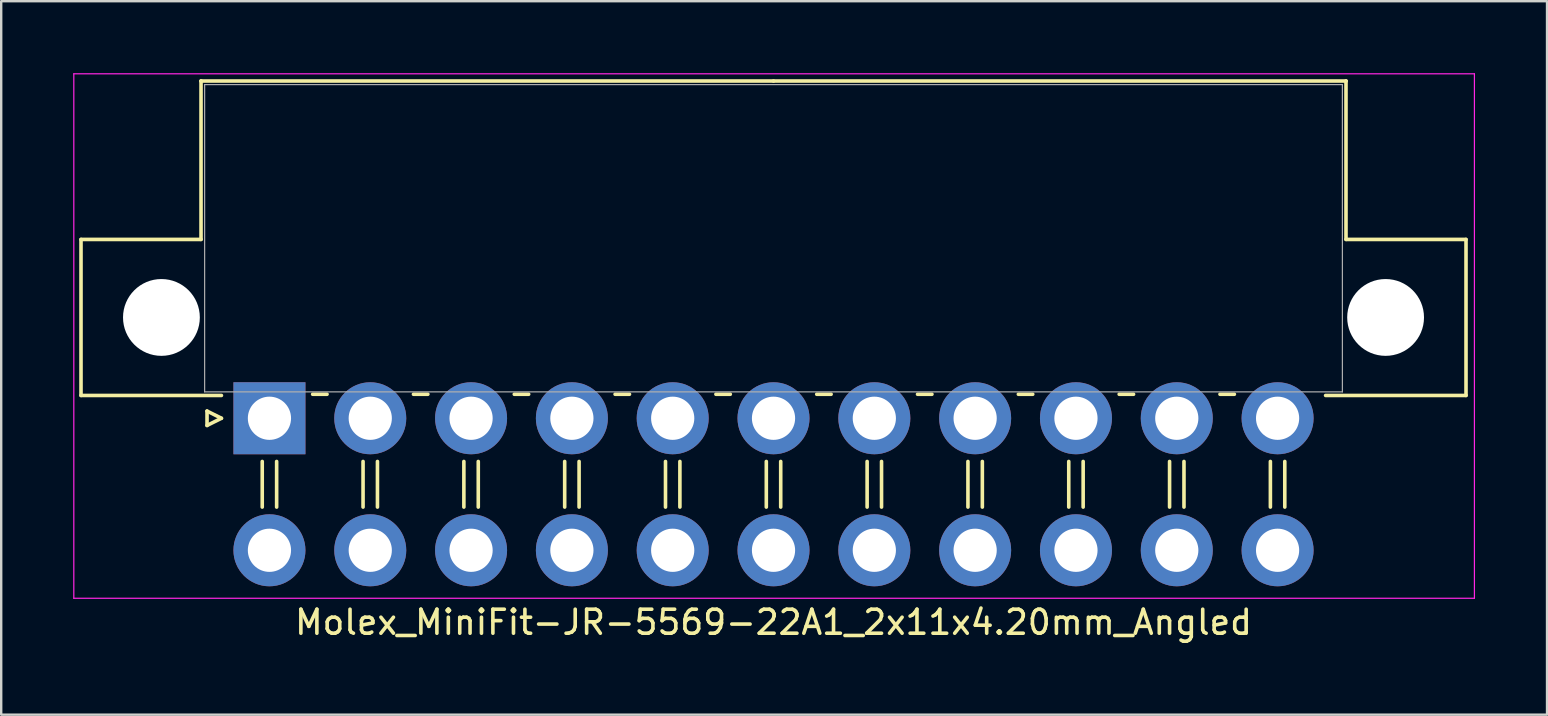
<source format=kicad_pcb>
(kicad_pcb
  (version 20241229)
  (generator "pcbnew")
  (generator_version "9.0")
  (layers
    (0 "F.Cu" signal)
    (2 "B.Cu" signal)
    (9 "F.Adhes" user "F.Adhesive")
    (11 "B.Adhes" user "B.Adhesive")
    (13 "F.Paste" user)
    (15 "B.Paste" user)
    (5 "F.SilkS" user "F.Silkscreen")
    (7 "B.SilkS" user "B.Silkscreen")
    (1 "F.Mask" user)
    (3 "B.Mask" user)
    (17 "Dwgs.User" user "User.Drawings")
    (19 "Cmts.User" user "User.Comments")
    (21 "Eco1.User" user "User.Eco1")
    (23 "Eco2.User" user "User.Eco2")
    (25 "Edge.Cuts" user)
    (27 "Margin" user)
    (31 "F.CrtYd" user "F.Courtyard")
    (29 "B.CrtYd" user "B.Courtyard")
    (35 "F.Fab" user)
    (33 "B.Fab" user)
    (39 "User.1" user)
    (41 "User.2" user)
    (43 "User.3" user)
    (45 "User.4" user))
  (footprint "Molex_MiniFit-JR-5569-22A1_2x11x4.20mm_Angled"
    (layer "F.Cu")
    (at 8.175 14.375)
    (property "Reference" "Molex_MiniFit-JR-5569-22A1_2x11x4.20mm_Angled" (at 21 8.5 0) (layer "F.SilkS") (effects (font (size 1 1) (thickness 0.15))))
    (attr through_hole)
    (fp_line (start -7.85 -7.45) (end -7.85 -0.95) (stroke (width 0.15) (type solid)) (layer "F.SilkS"))
    (fp_line (start -7.85 -0.95) (end -2 -0.95) (stroke (width 0.15) (type solid)) (layer "F.SilkS"))
    (fp_line (start -2.85 -14.05) (end -2.85 -14.05) (stroke (width 0.15) (type solid)) (layer "F.SilkS"))
    (fp_line (start -2.85 -14.05) (end -2.85 -7.45) (stroke (width 0.15) (type solid)) (layer "F.SilkS"))
    (fp_line (start -2.85 -7.45) (end -7.85 -7.45) (stroke (width 0.15) (type solid)) (layer "F.SilkS"))
    (fp_line (start -2.6 -0.3) (end -2 0) (stroke (width 0.15) (type solid)) (layer "F.SilkS"))
    (fp_line (start -2.6 0.3) (end -2.6 -0.3) (stroke (width 0.15) (type solid)) (layer "F.SilkS"))
    (fp_line (start -2 0) (end -2.6 0.3) (stroke (width 0.15) (type solid)) (layer "F.SilkS"))
    (fp_line (start -0.3 1.8) (end -0.3 3.7) (stroke (width 0.15) (type solid)) (layer "F.SilkS"))
    (fp_line (start 0.3 1.8) (end 0.3 3.7) (stroke (width 0.15) (type solid)) (layer "F.SilkS"))
    (fp_line (start 1.8 -1) (end 2.4 -1) (stroke (width 0.15) (type solid)) (layer "F.SilkS"))
    (fp_line (start 3.9 1.8) (end 3.9 3.7) (stroke (width 0.15) (type solid)) (layer "F.SilkS"))
    (fp_line (start 4.5 1.8) (end 4.5 3.7) (stroke (width 0.15) (type solid)) (layer "F.SilkS"))
    (fp_line (start 6 -1) (end 6.6 -1) (stroke (width 0.15) (type solid)) (layer "F.SilkS"))
    (fp_line (start 8.1 1.8) (end 8.1 3.7) (stroke (width 0.15) (type solid)) (layer "F.SilkS"))
    (fp_line (start 8.7 1.8) (end 8.7 3.7) (stroke (width 0.15) (type solid)) (layer "F.SilkS"))
    (fp_line (start 10.2 -1) (end 10.8 -1) (stroke (width 0.15) (type solid)) (layer "F.SilkS"))
    (fp_line (start 12.3 1.8) (end 12.3 3.7) (stroke (width 0.15) (type solid)) (layer "F.SilkS"))
    (fp_line (start 12.9 1.8) (end 12.9 3.7) (stroke (width 0.15) (type solid)) (layer "F.SilkS"))
    (fp_line (start 14.4 -1) (end 15 -1) (stroke (width 0.15) (type solid)) (layer "F.SilkS"))
    (fp_line (start 16.5 1.8) (end 16.5 3.7) (stroke (width 0.15) (type solid)) (layer "F.SilkS"))
    (fp_line (start 17.1 1.8) (end 17.1 3.7) (stroke (width 0.15) (type solid)) (layer "F.SilkS"))
    (fp_line (start 18.6 -1) (end 19.2 -1) (stroke (width 0.15) (type solid)) (layer "F.SilkS"))
    (fp_line (start 20.7 1.8) (end 20.7 3.7) (stroke (width 0.15) (type solid)) (layer "F.SilkS"))
    (fp_line (start 21 -14.05) (end -2.85 -14.05) (stroke (width 0.15) (type solid)) (layer "F.SilkS"))
    (fp_line (start 21 -14.05) (end 44.85 -14.05) (stroke (width 0.15) (type solid)) (layer "F.SilkS"))
    (fp_line (start 21.3 1.8) (end 21.3 3.7) (stroke (width 0.15) (type solid)) (layer "F.SilkS"))
    (fp_line (start 22.8 -1) (end 23.4 -1) (stroke (width 0.15) (type solid)) (layer "F.SilkS"))
    (fp_line (start 24.9 1.8) (end 24.9 3.7) (stroke (width 0.15) (type solid)) (layer "F.SilkS"))
    (fp_line (start 25.5 1.8) (end 25.5 3.7) (stroke (width 0.15) (type solid)) (layer "F.SilkS"))
    (fp_line (start 27 -1) (end 27.6 -1) (stroke (width 0.15) (type solid)) (layer "F.SilkS"))
    (fp_line (start 29.1 1.8) (end 29.1 3.7) (stroke (width 0.15) (type solid)) (layer "F.SilkS"))
    (fp_line (start 29.7 1.8) (end 29.7 3.7) (stroke (width 0.15) (type solid)) (layer "F.SilkS"))
    (fp_line (start 31.2 -1) (end 31.8 -1) (stroke (width 0.15) (type solid)) (layer "F.SilkS"))
    (fp_line (start 33.3 1.8) (end 33.3 3.7) (stroke (width 0.15) (type solid)) (layer "F.SilkS"))
    (fp_line (start 33.9 1.8) (end 33.9 3.7) (stroke (width 0.15) (type solid)) (layer "F.SilkS"))
    (fp_line (start 35.4 -1) (end 36 -1) (stroke (width 0.15) (type solid)) (layer "F.SilkS"))
    (fp_line (start 37.5 1.8) (end 37.5 3.7) (stroke (width 0.15) (type solid)) (layer "F.SilkS"))
    (fp_line (start 38.1 1.8) (end 38.1 3.7) (stroke (width 0.15) (type solid)) (layer "F.SilkS"))
    (fp_line (start 39.6 -1) (end 40.2 -1) (stroke (width 0.15) (type solid)) (layer "F.SilkS"))
    (fp_line (start 41.7 1.8) (end 41.7 3.7) (stroke (width 0.15) (type solid)) (layer "F.SilkS"))
    (fp_line (start 42.3 1.8) (end 42.3 3.7) (stroke (width 0.15) (type solid)) (layer "F.SilkS"))
    (fp_line (start 44.85 -14.05) (end 44.85 -14.05) (stroke (width 0.15) (type solid)) (layer "F.SilkS"))
    (fp_line (start 44.85 -14.05) (end 44.85 -7.45) (stroke (width 0.15) (type solid)) (layer "F.SilkS"))
    (fp_line (start 44.85 -7.45) (end 49.85 -7.45) (stroke (width 0.15) (type solid)) (layer "F.SilkS"))
    (fp_line (start 49.85 -7.45) (end 49.85 -0.95) (stroke (width 0.15) (type solid)) (layer "F.SilkS"))
    (fp_line (start 49.85 -0.95) (end 44 -0.95) (stroke (width 0.15) (type solid)) (layer "F.SilkS"))
    (fp_line (start -8.15 -14.35) (end -8.15 7.5) (stroke (width 0.05) (type solid)) (layer "F.CrtYd"))
    (fp_line (start -8.15 7.5) (end 50.2 7.5) (stroke (width 0.05) (type solid)) (layer "F.CrtYd"))
    (fp_line (start 50.2 -14.35) (end -8.15 -14.35) (stroke (width 0.05) (type solid)) (layer "F.CrtYd"))
    (fp_line (start 50.2 7.5) (end 50.2 -14.35) (stroke (width 0.05) (type solid)) (layer "F.CrtYd"))
    (fp_line (start -2.7 -13.9) (end -2.7 -1.1) (stroke (width 0.05) (type solid)) (layer "F.Fab"))
    (fp_line (start -2.7 -1.1) (end 44.7 -1.1) (stroke (width 0.05) (type solid)) (layer "F.Fab"))
    (fp_line (start 44.7 -13.9) (end -2.7 -13.9) (stroke (width 0.05) (type solid)) (layer "F.Fab"))
    (fp_line (start 44.7 -1.1) (end 44.7 -13.9) (stroke (width 0.05) (type solid)) (layer "F.Fab"))
    (pad "" np_thru_hole circle (at -4.5 -4.2) (size 3.2 3.2) (drill 3.2) (layers "*.Cu"))
    (pad "" np_thru_hole circle (at 46.5 -4.2) (size 3.2 3.2) (drill 3.2) (layers "*.Cu"))
    (pad "1" thru_hole rect (at 0 0) (size 3 3) (drill 1.8) (layers "*.Cu" "*.Mask"))
    (pad "2" thru_hole circle (at 4.2 0) (size 3 3) (drill 1.8) (layers "*.Cu" "*.Mask"))
    (pad "3" thru_hole circle (at 8.4 0) (size 3 3) (drill 1.8) (layers "*.Cu" "*.Mask"))
    (pad "4" thru_hole circle (at 12.6 0) (size 3 3) (drill 1.8) (layers "*.Cu" "*.Mask"))
    (pad "5" thru_hole circle (at 16.8 0) (size 3 3) (drill 1.8) (layers "*.Cu" "*.Mask"))
    (pad "6" thru_hole circle (at 21 0) (size 3 3) (drill 1.8) (layers "*.Cu" "*.Mask"))
    (pad "7" thru_hole circle (at 25.2 0) (size 3 3) (drill 1.8) (layers "*.Cu" "*.Mask"))
    (pad "8" thru_hole circle (at 29.4 0) (size 3 3) (drill 1.8) (layers "*.Cu" "*.Mask"))
    (pad "9" thru_hole circle (at 33.6 0) (size 3 3) (drill 1.8) (layers "*.Cu" "*.Mask"))
    (pad "10" thru_hole circle (at 37.8 0) (size 3 3) (drill 1.8) (layers "*.Cu" "*.Mask"))
    (pad "11" thru_hole circle (at 42 0) (size 3 3) (drill 1.8) (layers "*.Cu" "*.Mask"))
    (pad "12" thru_hole circle (at 0 5.5) (size 3 3) (drill 1.8) (layers "*.Cu" "*.Mask"))
    (pad "13" thru_hole circle (at 4.2 5.5) (size 3 3) (drill 1.8) (layers "*.Cu" "*.Mask"))
    (pad "14" thru_hole circle (at 8.4 5.5) (size 3 3) (drill 1.8) (layers "*.Cu" "*.Mask"))
    (pad "15" thru_hole circle (at 12.6 5.5) (size 3 3) (drill 1.8) (layers "*.Cu" "*.Mask"))
    (pad "16" thru_hole circle (at 16.8 5.5) (size 3 3) (drill 1.8) (layers "*.Cu" "*.Mask"))
    (pad "17" thru_hole circle (at 21 5.5) (size 3 3) (drill 1.8) (layers "*.Cu" "*.Mask"))
    (pad "18" thru_hole circle (at 25.2 5.5) (size 3 3) (drill 1.8) (layers "*.Cu" "*.Mask"))
    (pad "19" thru_hole circle (at 29.4 5.5) (size 3 3) (drill 1.8) (layers "*.Cu" "*.Mask"))
    (pad "20" thru_hole circle (at 33.6 5.5) (size 3 3) (drill 1.8) (layers "*.Cu" "*.Mask"))
    (pad "21" thru_hole circle (at 37.8 5.5) (size 3 3) (drill 1.8) (layers "*.Cu" "*.Mask"))
    (pad "22" thru_hole circle (at 42 5.5) (size 3 3) (drill 1.8) (layers "*.Cu" "*.Mask")))
  (gr_rect
    (start -3 -3)
    (end 61.4 26.723)
    (stroke (width 0.1) (type default))
    (fill no)
    (layer "Edge.Cuts")))
</source>
